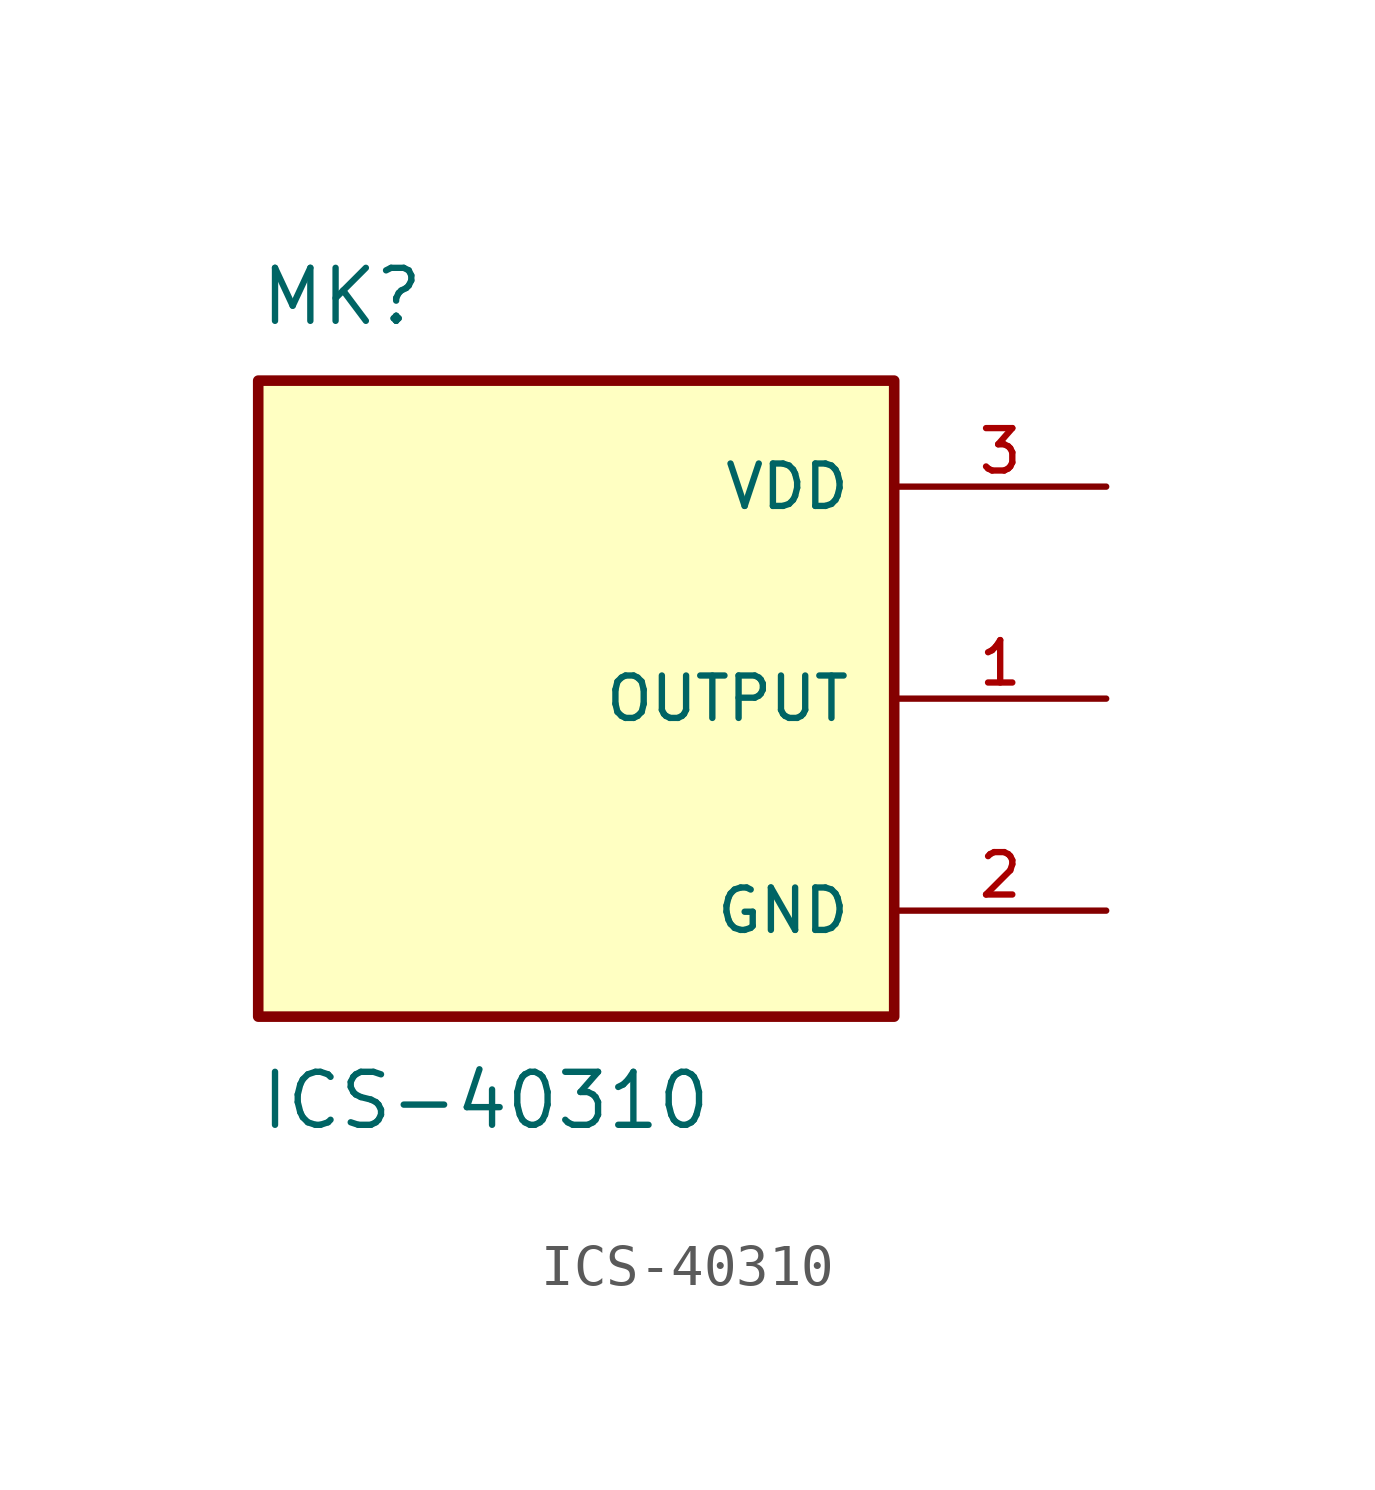
<source format=kicad_sym>
(kicad_symbol_lib
  (version 20211014)
  (generator kicad_symbol_editor)
  (symbol "ICS-40310"
    (pin_names
      (offset 1.016))
    (property "Reference" "MK"
      (at -7.62 8.89 0)
      (effects (font (size 1.27 1.27)) (justify bottom left)))
    (property "Value" "ICS-40310"
      (at -7.62 -8.89 0)
      (effects (font (size 1.27 1.27)) (justify top left)))
    (symbol "ICS-40310_0_0"
      (rectangle (start -7.62 -7.62) (end 7.62 7.62) (stroke (width 0.254)) (fill (type background)))
      (pin power_in line (at 12.7 5.08 180.0) (length 5.08) (name "VDD" (effects (font (size 1.016 1.016)))) (number "3" (effects (font (size 1.016 1.016)))))
      (pin output line (at 12.7 0.0 180.0) (length 5.08) (name "OUTPUT" (effects (font (size 1.016 1.016)))) (number "1" (effects (font (size 1.016 1.016)))))
      (pin power_in line (at 12.7 -5.08 180.0) (length 5.08) (name "GND" (effects (font (size 1.016 1.016)))) (number "2" (effects (font (size 1.016 1.016))))))))
</source>
